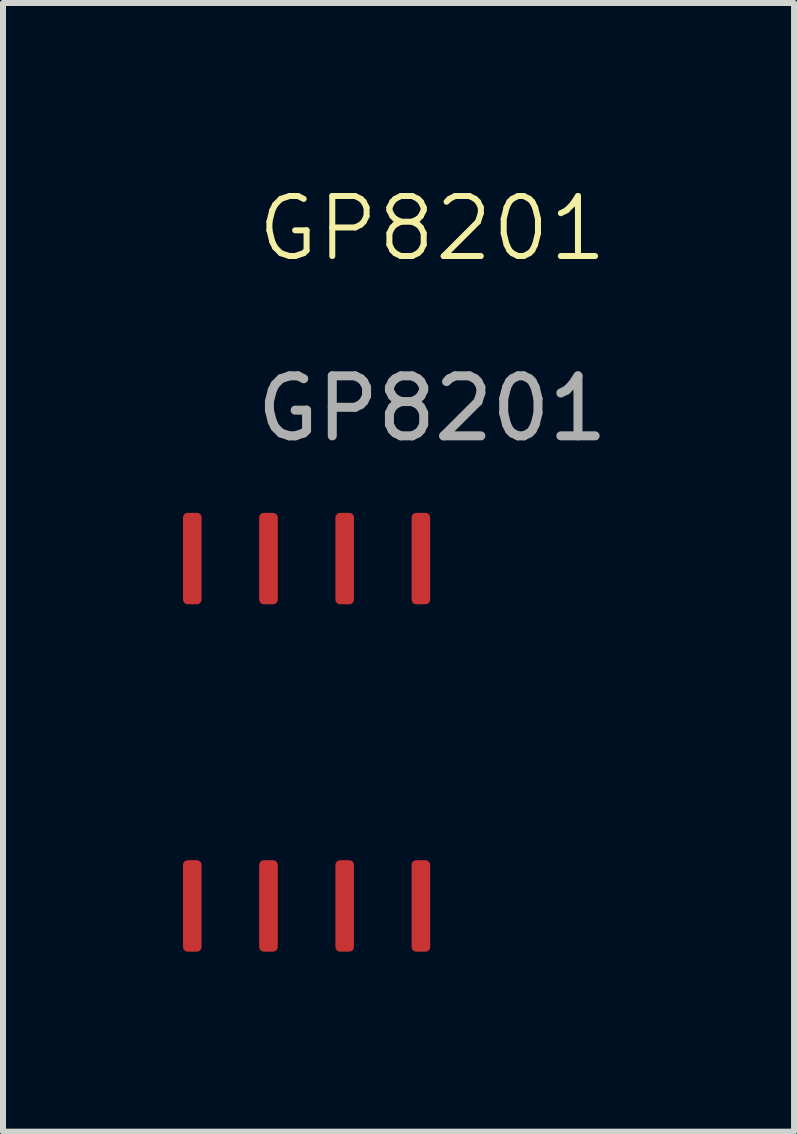
<source format=kicad_pcb>
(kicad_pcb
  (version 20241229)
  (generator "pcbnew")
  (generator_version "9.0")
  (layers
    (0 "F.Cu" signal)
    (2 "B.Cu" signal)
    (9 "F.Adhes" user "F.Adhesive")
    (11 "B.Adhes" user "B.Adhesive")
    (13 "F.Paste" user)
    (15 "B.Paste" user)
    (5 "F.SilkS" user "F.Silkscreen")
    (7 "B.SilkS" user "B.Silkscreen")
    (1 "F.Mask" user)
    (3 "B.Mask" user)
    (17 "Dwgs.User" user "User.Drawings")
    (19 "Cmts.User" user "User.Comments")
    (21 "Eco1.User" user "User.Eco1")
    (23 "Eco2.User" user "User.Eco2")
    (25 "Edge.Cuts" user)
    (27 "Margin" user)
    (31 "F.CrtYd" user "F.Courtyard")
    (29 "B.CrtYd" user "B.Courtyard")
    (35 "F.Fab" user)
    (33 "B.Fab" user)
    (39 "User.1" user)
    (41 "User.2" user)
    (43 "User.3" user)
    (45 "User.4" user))
  (footprint "GP8201"
    (layer "F.Cu")
    (at 4.155 1.26)
    (property "Reference" "GP8201" (at 0 -0.5 0) (unlocked yes) (layer "F.SilkS") (effects (font (size 1 1) (thickness 0.1))))
    (attr smd)
    (fp_text user "${REFERENCE}" (at 0 2.5 0) (unlocked yes) (layer "F.Fab") (effects (font (size 1 1) (thickness 0.15))))
    (pad "1" smd roundrect (at -4 5) (size 0.31 1.524) (layers "F.Cu" "F.Mask" "F.Paste") (roundrect_rratio 0.25))
    (pad "2" smd roundrect (at -2.73 5) (size 0.31 1.524) (layers "F.Cu" "F.Mask" "F.Paste") (roundrect_rratio 0.25))
    (pad "3" smd roundrect (at -1.46 5) (size 0.31 1.524) (layers "F.Cu" "F.Mask" "F.Paste") (roundrect_rratio 0.25))
    (pad "4" smd roundrect (at -0.19 5) (size 0.31 1.524) (layers "F.Cu" "F.Mask" "F.Paste") (roundrect_rratio 0.25))
    (pad "5" smd roundrect (at -4 10.79) (size 0.31 1.524) (layers "F.Cu" "F.Mask" "F.Paste") (roundrect_rratio 0.25))
    (pad "6" smd roundrect (at -2.73 10.79) (size 0.31 1.524) (layers "F.Cu" "F.Mask" "F.Paste") (roundrect_rratio 0.25))
    (pad "7" smd roundrect (at -1.46 10.79) (size 0.31 1.524) (layers "F.Cu" "F.Mask" "F.Paste") (roundrect_rratio 0.25))
    (pad "8" smd roundrect (at -0.19 10.79) (size 0.31 1.524) (layers "F.Cu" "F.Mask" "F.Paste") (roundrect_rratio 0.25)))
  (gr_rect
    (start -3 -3)
    (end 10.185 15.812)
    (stroke (width 0.1) (type default))
    (fill no)
    (layer "Edge.Cuts")))
</source>
